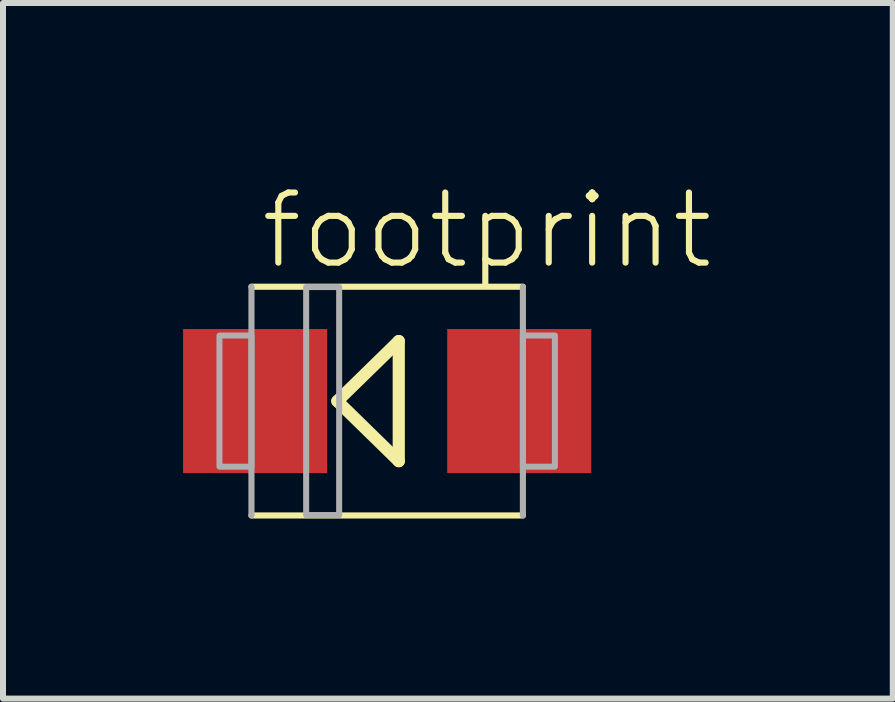
<source format=kicad_pcb>
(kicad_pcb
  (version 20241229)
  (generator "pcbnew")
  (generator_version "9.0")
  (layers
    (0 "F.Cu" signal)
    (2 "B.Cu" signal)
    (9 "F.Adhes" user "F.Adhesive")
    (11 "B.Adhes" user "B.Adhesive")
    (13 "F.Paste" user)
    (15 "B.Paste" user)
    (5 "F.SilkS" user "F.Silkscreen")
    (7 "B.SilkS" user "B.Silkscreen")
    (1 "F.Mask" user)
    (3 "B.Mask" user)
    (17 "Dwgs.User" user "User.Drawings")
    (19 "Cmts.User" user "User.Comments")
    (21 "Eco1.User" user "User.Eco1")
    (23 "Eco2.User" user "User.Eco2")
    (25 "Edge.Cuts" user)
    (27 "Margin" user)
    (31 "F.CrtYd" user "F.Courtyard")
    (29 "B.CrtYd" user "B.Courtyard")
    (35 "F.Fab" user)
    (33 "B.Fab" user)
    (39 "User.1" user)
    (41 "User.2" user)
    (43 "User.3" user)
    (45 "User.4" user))
  (footprint "footprint"
    (layer "F.Cu")
    (at 3.4 3.632)
    (property "Reference" "footprint" (at -2.159 -2.159 0) (layer "F.SilkS") (effects (font (size 1.168 1.168) (thickness 0.102)) (justify left bottom)))
    (fp_line (start -2.261 -1.905) (end 2.261 -1.905) (stroke (width 0.102) (type solid)) (layer "F.SilkS"))
    (fp_line (start -2.261 1.905) (end 2.261 1.905) (stroke (width 0.102) (type solid)) (layer "F.SilkS"))
    (fp_line (start -0.83 0) (end 0.193 1) (stroke (width 0.203) (type solid)) (layer "F.SilkS"))
    (fp_line (start 0.193 -1) (end -0.83 0) (stroke (width 0.203) (type solid)) (layer "F.SilkS"))
    (fp_line (start 0.193 1) (end 0.193 -1) (stroke (width 0.203) (type solid)) (layer "F.SilkS"))
    (fp_line (start -2.261 1.905) (end -2.261 -1.905) (stroke (width 0.102) (type solid)) (layer "F.Fab"))
    (fp_line (start 2.261 1.905) (end 2.261 -1.905) (stroke (width 0.102) (type solid)) (layer "F.Fab"))
    (fp_poly (pts (xy -2.794 1.092) (xy -2.261 1.092) (xy -2.261 -1.092) (xy -2.794 -1.092)) (stroke (width 0.1) (type solid)) (fill no) (layer "F.Fab"))
    (fp_poly (pts (xy -1.35 1.9) (xy -0.8 1.9) (xy -0.8 -1.9) (xy -1.35 -1.9)) (stroke (width 0.1) (type solid)) (fill no) (layer "F.Fab"))
    (fp_poly (pts (xy 2.261 1.092) (xy 2.794 1.092) (xy 2.794 -1.092) (xy 2.261 -1.092)) (stroke (width 0.1) (type solid)) (fill no) (layer "F.Fab"))
    (pad "A" smd rect (at 2.2 0) (size 2.4 2.4) (layers "F.Cu" "F.Mask" "F.Paste"))
    (pad "C" smd rect (at -2.2 0) (size 2.4 2.4) (layers "F.Cu" "F.Mask" "F.Paste")))
  (gr_rect
    (start -3 -3)
    (end 11.823 8.588)
    (stroke (width 0.1) (type default))
    (fill no)
    (layer "Edge.Cuts")))
</source>
